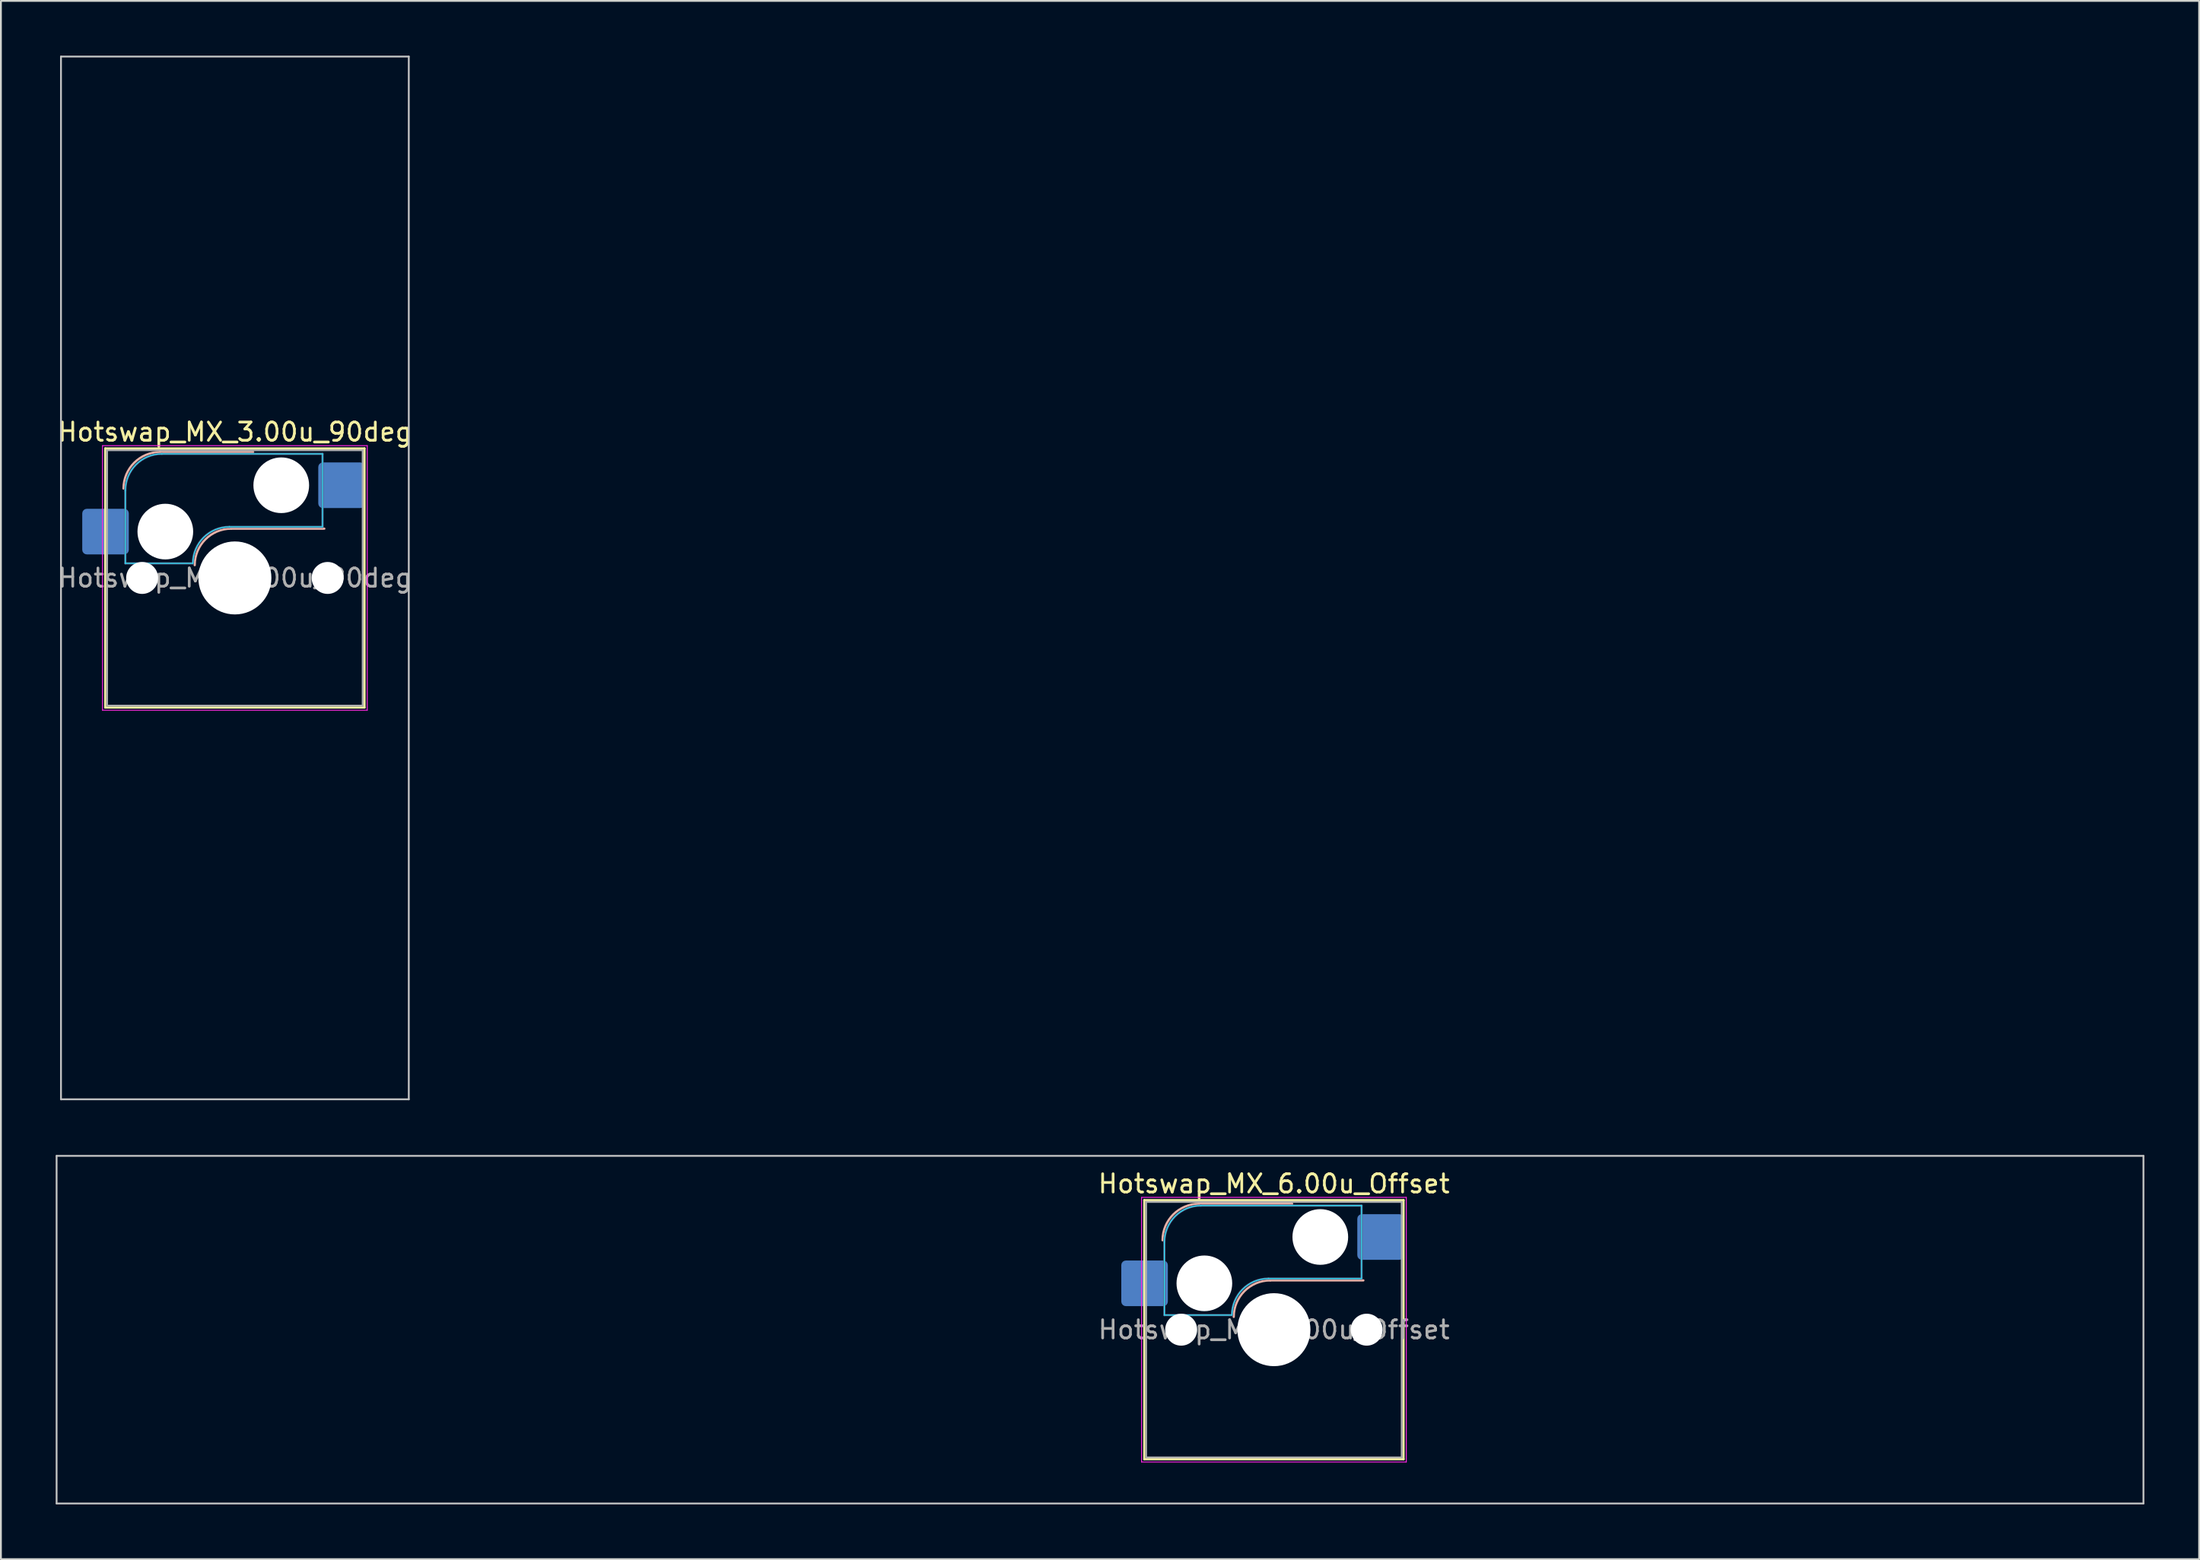
<source format=kicad_pcb>
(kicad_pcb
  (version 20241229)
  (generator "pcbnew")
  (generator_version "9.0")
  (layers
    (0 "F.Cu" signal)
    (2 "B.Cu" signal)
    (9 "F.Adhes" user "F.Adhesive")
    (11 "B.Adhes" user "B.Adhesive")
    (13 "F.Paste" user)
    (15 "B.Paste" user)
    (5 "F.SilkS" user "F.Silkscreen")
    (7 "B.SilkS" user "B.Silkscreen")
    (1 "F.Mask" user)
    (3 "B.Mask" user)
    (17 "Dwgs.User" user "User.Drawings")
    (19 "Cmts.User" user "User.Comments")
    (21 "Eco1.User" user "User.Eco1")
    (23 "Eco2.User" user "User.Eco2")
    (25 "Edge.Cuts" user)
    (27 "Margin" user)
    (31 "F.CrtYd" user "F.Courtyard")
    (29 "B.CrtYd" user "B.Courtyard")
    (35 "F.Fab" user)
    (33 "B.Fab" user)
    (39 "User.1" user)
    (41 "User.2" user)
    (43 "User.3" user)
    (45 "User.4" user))
  (footprint "Hotswap_MX_6.00u_Offset"
    (layer "F.Cu")
    (at 66.725 69.825)
    (property "Reference" "Hotswap_MX_6.00u_Offset" (at 0 -8 0) (layer "F.SilkS") (effects (font (size 1 1) (thickness 0.15))))
    (attr smd)
    (fp_line (start -7.1 -7.1) (end -7.1 7.1) (stroke (width 0.12) (type solid)) (layer "F.SilkS"))
    (fp_line (start -7.1 7.1) (end 7.1 7.1) (stroke (width 0.12) (type solid)) (layer "F.SilkS"))
    (fp_line (start 7.1 -7.1) (end -7.1 -7.1) (stroke (width 0.12) (type solid)) (layer "F.SilkS"))
    (fp_line (start 7.1 7.1) (end 7.1 -7.1) (stroke (width 0.12) (type solid)) (layer "F.SilkS"))
    (fp_line (start -4.1 -6.9) (end 1 -6.9) (stroke (width 0.12) (type solid)) (layer "B.SilkS"))
    (fp_line (start -0.2 -2.7) (end 4.9 -2.7) (stroke (width 0.12) (type solid)) (layer "B.SilkS"))
    (fp_arc (start -6.1 -4.9) (mid -5.514214 -6.314214) (end -4.1 -6.9) (stroke (width 0.12) (type solid)) (layer "B.SilkS"))
    (fp_arc (start -2.2 -0.7) (mid -1.614214 -2.114214) (end -0.2 -2.7) (stroke (width 0.12) (type solid)) (layer "B.SilkS"))
    (fp_line (start -66.675 -9.525) (end -66.675 9.525) (stroke (width 0.1) (type solid)) (layer "Dwgs.User"))
    (fp_line (start -66.675 9.525) (end 47.625 9.525) (stroke (width 0.1) (type solid)) (layer "Dwgs.User"))
    (fp_line (start 47.625 -9.525) (end -66.675 -9.525) (stroke (width 0.1) (type solid)) (layer "Dwgs.User"))
    (fp_line (start 47.625 9.525) (end 47.625 -9.525) (stroke (width 0.1) (type solid)) (layer "Dwgs.User"))
    (fp_line (start -7.8 -6) (end -7 -6) (stroke (width 0.1) (type solid)) (layer "Eco1.User"))
    (fp_line (start -7.8 -2.9) (end -7.8 -6) (stroke (width 0.1) (type solid)) (layer "Eco1.User"))
    (fp_line (start -7.8 2.9) (end -7 2.9) (stroke (width 0.1) (type solid)) (layer "Eco1.User"))
    (fp_line (start -7.8 6) (end -7.8 2.9) (stroke (width 0.1) (type solid)) (layer "Eco1.User"))
    (fp_line (start -7 -7) (end 7 -7) (stroke (width 0.1) (type solid)) (layer "Eco1.User"))
    (fp_line (start -7 -6) (end -7 -7) (stroke (width 0.1) (type solid)) (layer "Eco1.User"))
    (fp_line (start -7 -2.9) (end -7.8 -2.9) (stroke (width 0.1) (type solid)) (layer "Eco1.User"))
    (fp_line (start -7 2.9) (end -7 -2.9) (stroke (width 0.1) (type solid)) (layer "Eco1.User"))
    (fp_line (start -7 6) (end -7.8 6) (stroke (width 0.1) (type solid)) (layer "Eco1.User"))
    (fp_line (start -7 7) (end -7 6) (stroke (width 0.1) (type solid)) (layer "Eco1.User"))
    (fp_line (start 7 -7) (end 7 -6) (stroke (width 0.1) (type solid)) (layer "Eco1.User"))
    (fp_line (start 7 -6) (end 7.8 -6) (stroke (width 0.1) (type solid)) (layer "Eco1.User"))
    (fp_line (start 7 -2.9) (end 7 2.9) (stroke (width 0.1) (type solid)) (layer "Eco1.User"))
    (fp_line (start 7 2.9) (end 7.8 2.9) (stroke (width 0.1) (type solid)) (layer "Eco1.User"))
    (fp_line (start 7 6) (end 7 7) (stroke (width 0.1) (type solid)) (layer "Eco1.User"))
    (fp_line (start 7 7) (end -7 7) (stroke (width 0.1) (type solid)) (layer "Eco1.User"))
    (fp_line (start 7.8 -6) (end 7.8 -2.9) (stroke (width 0.1) (type solid)) (layer "Eco1.User"))
    (fp_line (start 7.8 -2.9) (end 7 -2.9) (stroke (width 0.1) (type solid)) (layer "Eco1.User"))
    (fp_line (start 7.8 2.9) (end 7.8 6) (stroke (width 0.1) (type solid)) (layer "Eco1.User"))
    (fp_line (start 7.8 6) (end 7 6) (stroke (width 0.1) (type solid)) (layer "Eco1.User"))
    (fp_line (start -6 -0.8) (end -6 -4.8) (stroke (width 0.05) (type solid)) (layer "B.CrtYd"))
    (fp_line (start -6 -0.8) (end -2.3 -0.8) (stroke (width 0.05) (type solid)) (layer "B.CrtYd"))
    (fp_line (start -4 -6.8) (end 4.8 -6.8) (stroke (width 0.05) (type solid)) (layer "B.CrtYd"))
    (fp_line (start -0.3 -2.8) (end 4.8 -2.8) (stroke (width 0.05) (type solid)) (layer "B.CrtYd"))
    (fp_line (start 4.8 -6.8) (end 4.8 -2.8) (stroke (width 0.05) (type solid)) (layer "B.CrtYd"))
    (fp_arc (start -6 -4.8) (mid -5.414214 -6.214214) (end -4 -6.8) (stroke (width 0.05) (type solid)) (layer "B.CrtYd"))
    (fp_arc (start -2.3 -0.8) (mid -1.714214 -2.214214) (end -0.3 -2.8) (stroke (width 0.05) (type solid)) (layer "B.CrtYd"))
    (fp_line (start -7.25 -7.25) (end -7.25 7.25) (stroke (width 0.05) (type solid)) (layer "F.CrtYd"))
    (fp_line (start -7.25 7.25) (end 7.25 7.25) (stroke (width 0.05) (type solid)) (layer "F.CrtYd"))
    (fp_line (start 7.25 -7.25) (end -7.25 -7.25) (stroke (width 0.05) (type solid)) (layer "F.CrtYd"))
    (fp_line (start 7.25 7.25) (end 7.25 -7.25) (stroke (width 0.05) (type solid)) (layer "F.CrtYd"))
    (fp_line (start -6 -0.8) (end -6 -4.8) (stroke (width 0.12) (type solid)) (layer "B.Fab"))
    (fp_line (start -6 -0.8) (end -2.3 -0.8) (stroke (width 0.12) (type solid)) (layer "B.Fab"))
    (fp_line (start -4 -6.8) (end 4.8 -6.8) (stroke (width 0.12) (type solid)) (layer "B.Fab"))
    (fp_line (start -0.3 -2.8) (end 4.8 -2.8) (stroke (width 0.12) (type solid)) (layer "B.Fab"))
    (fp_line (start 4.8 -6.8) (end 4.8 -2.8) (stroke (width 0.12) (type solid)) (layer "B.Fab"))
    (fp_arc (start -6 -4.8) (mid -5.414214 -6.214214) (end -4 -6.8) (stroke (width 0.12) (type solid)) (layer "B.Fab"))
    (fp_arc (start -2.3 -0.8) (mid -1.714214 -2.214214) (end -0.3 -2.8) (stroke (width 0.12) (type solid)) (layer "B.Fab"))
    (fp_line (start -7 -7) (end -7 7) (stroke (width 0.1) (type solid)) (layer "F.Fab"))
    (fp_line (start -7 7) (end 7 7) (stroke (width 0.1) (type solid)) (layer "F.Fab"))
    (fp_line (start 7 -7) (end -7 -7) (stroke (width 0.1) (type solid)) (layer "F.Fab"))
    (fp_line (start 7 7) (end 7 -7) (stroke (width 0.1) (type solid)) (layer "F.Fab"))
    (fp_text user "${REFERENCE}" (at 0 0 0) (layer "F.Fab") (effects (font (size 1 1) (thickness 0.15))))
    (pad "" np_thru_hole circle (at -5.08 0) (size 1.75 1.75) (drill 1.75) (layers "*.Cu" "*.Mask"))
    (pad "" np_thru_hole circle (at -3.81 -2.54) (size 3.05 3.05) (drill 3.05) (layers "*.Cu" "*.Mask"))
    (pad "" np_thru_hole circle (at 0 0) (size 4 4) (drill 4) (layers "*.Cu" "*.Mask"))
    (pad "" np_thru_hole circle (at 2.54 -5.08) (size 3.05 3.05) (drill 3.05) (layers "*.Cu" "*.Mask"))
    (pad "" np_thru_hole circle (at 5.08 0) (size 1.75 1.75) (drill 1.75) (layers "*.Cu" "*.Mask"))
    (pad "1" smd roundrect (at -7.085 -2.54) (size 2.55 2.5) (layers "B.Cu" "B.Mask" "B.Paste") (roundrect_rratio 0.1))
    (pad "2" smd roundrect (at 5.842 -5.08) (size 2.55 2.5) (layers "B.Cu" "B.Mask" "B.Paste") (roundrect_rratio 0.1)))
  (footprint "Hotswap_MX_3.00u_90deg"
    (layer "F.Cu")
    (at 9.815 28.625)
    (property "Reference" "Hotswap_MX_3.00u_90deg" (at 0 -8 0) (layer "F.SilkS") (effects (font (size 1 1) (thickness 0.15))))
    (attr smd)
    (fp_line (start -7.1 -7.1) (end -7.1 7.1) (stroke (width 0.12) (type solid)) (layer "F.SilkS"))
    (fp_line (start -7.1 7.1) (end 7.1 7.1) (stroke (width 0.12) (type solid)) (layer "F.SilkS"))
    (fp_line (start 7.1 -7.1) (end -7.1 -7.1) (stroke (width 0.12) (type solid)) (layer "F.SilkS"))
    (fp_line (start 7.1 7.1) (end 7.1 -7.1) (stroke (width 0.12) (type solid)) (layer "F.SilkS"))
    (fp_line (start -4.1 -6.9) (end 1 -6.9) (stroke (width 0.12) (type solid)) (layer "B.SilkS"))
    (fp_line (start -0.2 -2.7) (end 4.9 -2.7) (stroke (width 0.12) (type solid)) (layer "B.SilkS"))
    (fp_arc (start -6.1 -4.9) (mid -5.514214 -6.314214) (end -4.1 -6.9) (stroke (width 0.12) (type solid)) (layer "B.SilkS"))
    (fp_arc (start -2.2 -0.7) (mid -1.614214 -2.114214) (end -0.2 -2.7) (stroke (width 0.12) (type solid)) (layer "B.SilkS"))
    (fp_line (start -9.525 -28.575) (end 9.525 -28.575) (stroke (width 0.1) (type solid)) (layer "Dwgs.User"))
    (fp_line (start -9.525 28.575) (end -9.525 -28.575) (stroke (width 0.1) (type solid)) (layer "Dwgs.User"))
    (fp_line (start 9.525 -28.575) (end 9.525 28.575) (stroke (width 0.1) (type solid)) (layer "Dwgs.User"))
    (fp_line (start 9.525 28.575) (end -9.525 28.575) (stroke (width 0.1) (type solid)) (layer "Dwgs.User"))
    (fp_line (start -7.8 -6) (end -7 -6) (stroke (width 0.1) (type solid)) (layer "Eco1.User"))
    (fp_line (start -7.8 -2.9) (end -7.8 -6) (stroke (width 0.1) (type solid)) (layer "Eco1.User"))
    (fp_line (start -7.8 2.9) (end -7 2.9) (stroke (width 0.1) (type solid)) (layer "Eco1.User"))
    (fp_line (start -7.8 6) (end -7.8 2.9) (stroke (width 0.1) (type solid)) (layer "Eco1.User"))
    (fp_line (start -7 -7) (end 7 -7) (stroke (width 0.1) (type solid)) (layer "Eco1.User"))
    (fp_line (start -7 -6) (end -7 -7) (stroke (width 0.1) (type solid)) (layer "Eco1.User"))
    (fp_line (start -7 -2.9) (end -7.8 -2.9) (stroke (width 0.1) (type solid)) (layer "Eco1.User"))
    (fp_line (start -7 2.9) (end -7 -2.9) (stroke (width 0.1) (type solid)) (layer "Eco1.User"))
    (fp_line (start -7 6) (end -7.8 6) (stroke (width 0.1) (type solid)) (layer "Eco1.User"))
    (fp_line (start -7 7) (end -7 6) (stroke (width 0.1) (type solid)) (layer "Eco1.User"))
    (fp_line (start 7 -7) (end 7 -6) (stroke (width 0.1) (type solid)) (layer "Eco1.User"))
    (fp_line (start 7 -6) (end 7.8 -6) (stroke (width 0.1) (type solid)) (layer "Eco1.User"))
    (fp_line (start 7 -2.9) (end 7 2.9) (stroke (width 0.1) (type solid)) (layer "Eco1.User"))
    (fp_line (start 7 2.9) (end 7.8 2.9) (stroke (width 0.1) (type solid)) (layer "Eco1.User"))
    (fp_line (start 7 6) (end 7 7) (stroke (width 0.1) (type solid)) (layer "Eco1.User"))
    (fp_line (start 7 7) (end -7 7) (stroke (width 0.1) (type solid)) (layer "Eco1.User"))
    (fp_line (start 7.8 -6) (end 7.8 -2.9) (stroke (width 0.1) (type solid)) (layer "Eco1.User"))
    (fp_line (start 7.8 -2.9) (end 7 -2.9) (stroke (width 0.1) (type solid)) (layer "Eco1.User"))
    (fp_line (start 7.8 2.9) (end 7.8 6) (stroke (width 0.1) (type solid)) (layer "Eco1.User"))
    (fp_line (start 7.8 6) (end 7 6) (stroke (width 0.1) (type solid)) (layer "Eco1.User"))
    (fp_line (start -6 -0.8) (end -6 -4.8) (stroke (width 0.05) (type solid)) (layer "B.CrtYd"))
    (fp_line (start -6 -0.8) (end -2.3 -0.8) (stroke (width 0.05) (type solid)) (layer "B.CrtYd"))
    (fp_line (start -4 -6.8) (end 4.8 -6.8) (stroke (width 0.05) (type solid)) (layer "B.CrtYd"))
    (fp_line (start -0.3 -2.8) (end 4.8 -2.8) (stroke (width 0.05) (type solid)) (layer "B.CrtYd"))
    (fp_line (start 4.8 -6.8) (end 4.8 -2.8) (stroke (width 0.05) (type solid)) (layer "B.CrtYd"))
    (fp_arc (start -6 -4.8) (mid -5.414214 -6.214214) (end -4 -6.8) (stroke (width 0.05) (type solid)) (layer "B.CrtYd"))
    (fp_arc (start -2.3 -0.8) (mid -1.714214 -2.214214) (end -0.3 -2.8) (stroke (width 0.05) (type solid)) (layer "B.CrtYd"))
    (fp_line (start -7.25 -7.25) (end -7.25 7.25) (stroke (width 0.05) (type solid)) (layer "F.CrtYd"))
    (fp_line (start -7.25 7.25) (end 7.25 7.25) (stroke (width 0.05) (type solid)) (layer "F.CrtYd"))
    (fp_line (start 7.25 -7.25) (end -7.25 -7.25) (stroke (width 0.05) (type solid)) (layer "F.CrtYd"))
    (fp_line (start 7.25 7.25) (end 7.25 -7.25) (stroke (width 0.05) (type solid)) (layer "F.CrtYd"))
    (fp_line (start -6 -0.8) (end -6 -4.8) (stroke (width 0.12) (type solid)) (layer "B.Fab"))
    (fp_line (start -6 -0.8) (end -2.3 -0.8) (stroke (width 0.12) (type solid)) (layer "B.Fab"))
    (fp_line (start -4 -6.8) (end 4.8 -6.8) (stroke (width 0.12) (type solid)) (layer "B.Fab"))
    (fp_line (start -0.3 -2.8) (end 4.8 -2.8) (stroke (width 0.12) (type solid)) (layer "B.Fab"))
    (fp_line (start 4.8 -6.8) (end 4.8 -2.8) (stroke (width 0.12) (type solid)) (layer "B.Fab"))
    (fp_arc (start -6 -4.8) (mid -5.414214 -6.214214) (end -4 -6.8) (stroke (width 0.12) (type solid)) (layer "B.Fab"))
    (fp_arc (start -2.3 -0.8) (mid -1.714214 -2.214214) (end -0.3 -2.8) (stroke (width 0.12) (type solid)) (layer "B.Fab"))
    (fp_line (start -7 -7) (end -7 7) (stroke (width 0.1) (type solid)) (layer "F.Fab"))
    (fp_line (start -7 7) (end 7 7) (stroke (width 0.1) (type solid)) (layer "F.Fab"))
    (fp_line (start 7 -7) (end -7 -7) (stroke (width 0.1) (type solid)) (layer "F.Fab"))
    (fp_line (start 7 7) (end 7 -7) (stroke (width 0.1) (type solid)) (layer "F.Fab"))
    (fp_text user "${REFERENCE}" (at 0 0 0) (layer "F.Fab") (effects (font (size 1 1) (thickness 0.15))))
    (pad "" np_thru_hole circle (at -5.08 0) (size 1.75 1.75) (drill 1.75) (layers "*.Cu" "*.Mask"))
    (pad "" np_thru_hole circle (at -3.81 -2.54) (size 3.05 3.05) (drill 3.05) (layers "*.Cu" "*.Mask"))
    (pad "" np_thru_hole circle (at 0 0) (size 4 4) (drill 4) (layers "*.Cu" "*.Mask"))
    (pad "" np_thru_hole circle (at 2.54 -5.08) (size 3.05 3.05) (drill 3.05) (layers "*.Cu" "*.Mask"))
    (pad "" np_thru_hole circle (at 5.08 0) (size 1.75 1.75) (drill 1.75) (layers "*.Cu" "*.Mask"))
    (pad "1" smd roundrect (at -7.085 -2.54) (size 2.55 2.5) (layers "B.Cu" "B.Mask" "B.Paste") (roundrect_rratio 0.1))
    (pad "2" smd roundrect (at 5.842 -5.08) (size 2.55 2.5) (layers "B.Cu" "B.Mask" "B.Paste") (roundrect_rratio 0.1)))
  (gr_rect
    (start -3 -3)
    (end 117.4 82.4)
    (stroke (width 0.1) (type default))
    (fill no)
    (layer "Edge.Cuts")))
</source>
